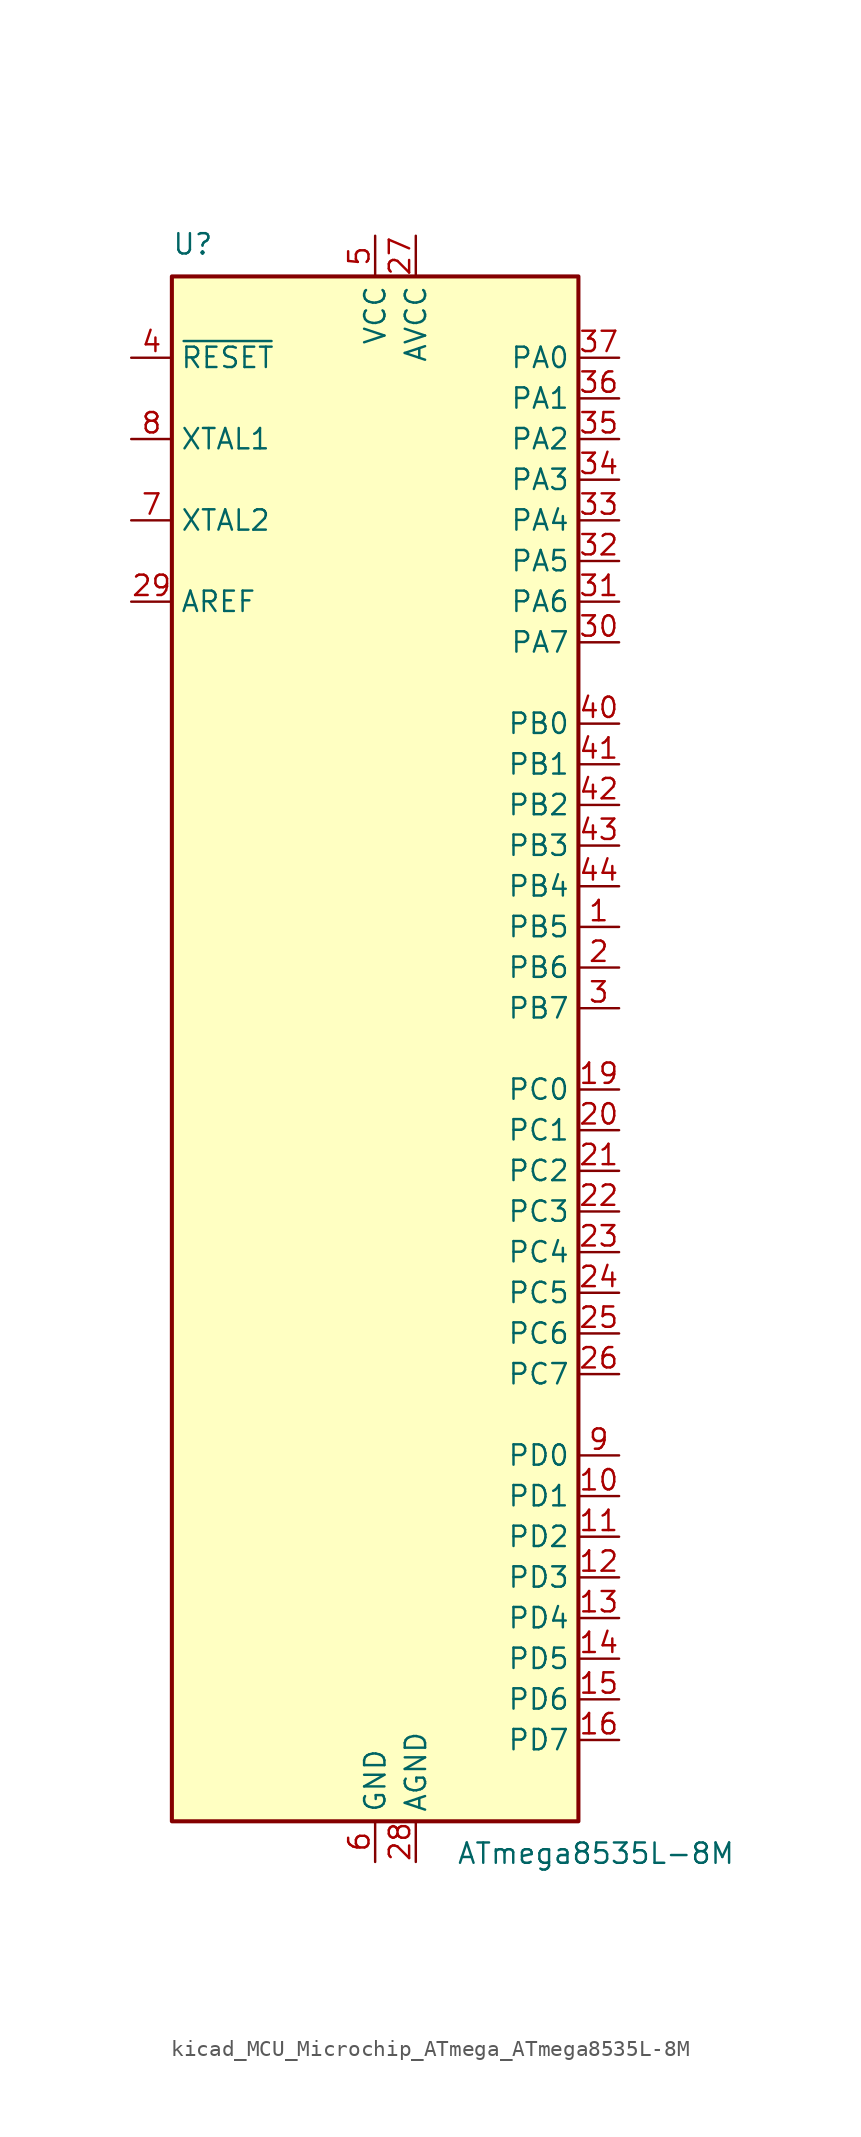
<source format=kicad_sym>
(kicad_symbol_lib
  (version 20220914)
  (generator kicad_symbol_editor)
  (symbol "kicad_MCU_Microchip_ATmega_ATmega8535L-8M"
    (property "Reference" "U"
      (at -12.7 49.53 0)
      (effects (font (size 1.27 1.27)) (justify left bottom)))
    (property "Value" "ATmega8535L-8M"
      (at 5.08 -49.53 0)
      (effects (font (size 1.27 1.27)) (justify left top)))
    (symbol "kicad_MCU_Microchip_ATmega_ATmega8535L-8M_0_1"
      (rectangle (start -12.7 -48.26) (end 12.7 48.26) (stroke (width 0.254) (type default)) (fill (type background))))
    (symbol "kicad_MCU_Microchip_ATmega_ATmega8535L-8M_1_1"
      (pin bidirectional line (at 15.24 7.62 180) (length 2.54) (name "PB5" (effects (font (size 1.27 1.27)))) (number "1" (effects (font (size 1.27 1.27)))))
      (pin bidirectional line (at 15.24 -27.94 180) (length 2.54) (name "PD1" (effects (font (size 1.27 1.27)))) (number "10" (effects (font (size 1.27 1.27)))))
      (pin bidirectional line (at 15.24 -30.48 180) (length 2.54) (name "PD2" (effects (font (size 1.27 1.27)))) (number "11" (effects (font (size 1.27 1.27)))))
      (pin bidirectional line (at 15.24 -33.02 180) (length 2.54) (name "PD3" (effects (font (size 1.27 1.27)))) (number "12" (effects (font (size 1.27 1.27)))))
      (pin bidirectional line (at 15.24 -35.56 180) (length 2.54) (name "PD4" (effects (font (size 1.27 1.27)))) (number "13" (effects (font (size 1.27 1.27)))))
      (pin bidirectional line (at 15.24 -38.1 180) (length 2.54) (name "PD5" (effects (font (size 1.27 1.27)))) (number "14" (effects (font (size 1.27 1.27)))))
      (pin bidirectional line (at 15.24 -40.64 180) (length 2.54) (name "PD6" (effects (font (size 1.27 1.27)))) (number "15" (effects (font (size 1.27 1.27)))))
      (pin bidirectional line (at 15.24 -43.18 180) (length 2.54) (name "PD7" (effects (font (size 1.27 1.27)))) (number "16" (effects (font (size 1.27 1.27)))))
      (pin passive line (at 0 50.8 270) (length 2.54) hide (name "VCC" (effects (font (size 1.27 1.27)))) (number "17" (effects (font (size 1.27 1.27)))))
      (pin passive line (at 0 -50.8 90) (length 2.54) hide (name "GND" (effects (font (size 1.27 1.27)))) (number "18" (effects (font (size 1.27 1.27)))))
      (pin bidirectional line (at 15.24 -2.54 180) (length 2.54) (name "PC0" (effects (font (size 1.27 1.27)))) (number "19" (effects (font (size 1.27 1.27)))))
      (pin bidirectional line (at 15.24 5.08 180) (length 2.54) (name "PB6" (effects (font (size 1.27 1.27)))) (number "2" (effects (font (size 1.27 1.27)))))
      (pin bidirectional line (at 15.24 -5.08 180) (length 2.54) (name "PC1" (effects (font (size 1.27 1.27)))) (number "20" (effects (font (size 1.27 1.27)))))
      (pin bidirectional line (at 15.24 -7.62 180) (length 2.54) (name "PC2" (effects (font (size 1.27 1.27)))) (number "21" (effects (font (size 1.27 1.27)))))
      (pin bidirectional line (at 15.24 -10.16 180) (length 2.54) (name "PC3" (effects (font (size 1.27 1.27)))) (number "22" (effects (font (size 1.27 1.27)))))
      (pin bidirectional line (at 15.24 -12.7 180) (length 2.54) (name "PC4" (effects (font (size 1.27 1.27)))) (number "23" (effects (font (size 1.27 1.27)))))
      (pin bidirectional line (at 15.24 -15.24 180) (length 2.54) (name "PC5" (effects (font (size 1.27 1.27)))) (number "24" (effects (font (size 1.27 1.27)))))
      (pin bidirectional line (at 15.24 -17.78 180) (length 2.54) (name "PC6" (effects (font (size 1.27 1.27)))) (number "25" (effects (font (size 1.27 1.27)))))
      (pin bidirectional line (at 15.24 -20.32 180) (length 2.54) (name "PC7" (effects (font (size 1.27 1.27)))) (number "26" (effects (font (size 1.27 1.27)))))
      (pin power_in line (at 2.54 50.8 270) (length 2.54) (name "AVCC" (effects (font (size 1.27 1.27)))) (number "27" (effects (font (size 1.27 1.27)))))
      (pin power_in line (at 2.54 -50.8 90) (length 2.54) (name "AGND" (effects (font (size 1.27 1.27)))) (number "28" (effects (font (size 1.27 1.27)))))
      (pin passive line (at -15.24 27.94 0) (length 2.54) (name "AREF" (effects (font (size 1.27 1.27)))) (number "29" (effects (font (size 1.27 1.27)))))
      (pin bidirectional line (at 15.24 2.54 180) (length 2.54) (name "PB7" (effects (font (size 1.27 1.27)))) (number "3" (effects (font (size 1.27 1.27)))))
      (pin bidirectional line (at 15.24 25.4 180) (length 2.54) (name "PA7" (effects (font (size 1.27 1.27)))) (number "30" (effects (font (size 1.27 1.27)))))
      (pin bidirectional line (at 15.24 27.94 180) (length 2.54) (name "PA6" (effects (font (size 1.27 1.27)))) (number "31" (effects (font (size 1.27 1.27)))))
      (pin bidirectional line (at 15.24 30.48 180) (length 2.54) (name "PA5" (effects (font (size 1.27 1.27)))) (number "32" (effects (font (size 1.27 1.27)))))
      (pin bidirectional line (at 15.24 33.02 180) (length 2.54) (name "PA4" (effects (font (size 1.27 1.27)))) (number "33" (effects (font (size 1.27 1.27)))))
      (pin bidirectional line (at 15.24 35.56 180) (length 2.54) (name "PA3" (effects (font (size 1.27 1.27)))) (number "34" (effects (font (size 1.27 1.27)))))
      (pin bidirectional line (at 15.24 38.1 180) (length 2.54) (name "PA2" (effects (font (size 1.27 1.27)))) (number "35" (effects (font (size 1.27 1.27)))))
      (pin bidirectional line (at 15.24 40.64 180) (length 2.54) (name "PA1" (effects (font (size 1.27 1.27)))) (number "36" (effects (font (size 1.27 1.27)))))
      (pin bidirectional line (at 15.24 43.18 180) (length 2.54) (name "PA0" (effects (font (size 1.27 1.27)))) (number "37" (effects (font (size 1.27 1.27)))))
      (pin passive line (at 0 50.8 270) (length 2.54) hide (name "VCC" (effects (font (size 1.27 1.27)))) (number "38" (effects (font (size 1.27 1.27)))))
      (pin passive line (at 0 -50.8 90) (length 2.54) hide (name "GND" (effects (font (size 1.27 1.27)))) (number "39" (effects (font (size 1.27 1.27)))))
      (pin input line (at -15.24 43.18 0) (length 2.54) (name "~{RESET}" (effects (font (size 1.27 1.27)))) (number "4" (effects (font (size 1.27 1.27)))))
      (pin bidirectional line (at 15.24 20.32 180) (length 2.54) (name "PB0" (effects (font (size 1.27 1.27)))) (number "40" (effects (font (size 1.27 1.27)))))
      (pin bidirectional line (at 15.24 17.78 180) (length 2.54) (name "PB1" (effects (font (size 1.27 1.27)))) (number "41" (effects (font (size 1.27 1.27)))))
      (pin bidirectional line (at 15.24 15.24 180) (length 2.54) (name "PB2" (effects (font (size 1.27 1.27)))) (number "42" (effects (font (size 1.27 1.27)))))
      (pin bidirectional line (at 15.24 12.7 180) (length 2.54) (name "PB3" (effects (font (size 1.27 1.27)))) (number "43" (effects (font (size 1.27 1.27)))))
      (pin bidirectional line (at 15.24 10.16 180) (length 2.54) (name "PB4" (effects (font (size 1.27 1.27)))) (number "44" (effects (font (size 1.27 1.27)))))
      (pin passive line (at 0 -50.8 90) (length 2.54) hide (name "GND" (effects (font (size 1.27 1.27)))) (number "45" (effects (font (size 1.27 1.27)))))
      (pin power_in line (at 0 50.8 270) (length 2.54) (name "VCC" (effects (font (size 1.27 1.27)))) (number "5" (effects (font (size 1.27 1.27)))))
      (pin power_in line (at 0 -50.8 90) (length 2.54) (name "GND" (effects (font (size 1.27 1.27)))) (number "6" (effects (font (size 1.27 1.27)))))
      (pin output line (at -15.24 33.02 0) (length 2.54) (name "XTAL2" (effects (font (size 1.27 1.27)))) (number "7" (effects (font (size 1.27 1.27)))))
      (pin input line (at -15.24 38.1 0) (length 2.54) (name "XTAL1" (effects (font (size 1.27 1.27)))) (number "8" (effects (font (size 1.27 1.27)))))
      (pin bidirectional line (at 15.24 -25.4 180) (length 2.54) (name "PD0" (effects (font (size 1.27 1.27)))) (number "9" (effects (font (size 1.27 1.27))))))))
</source>
